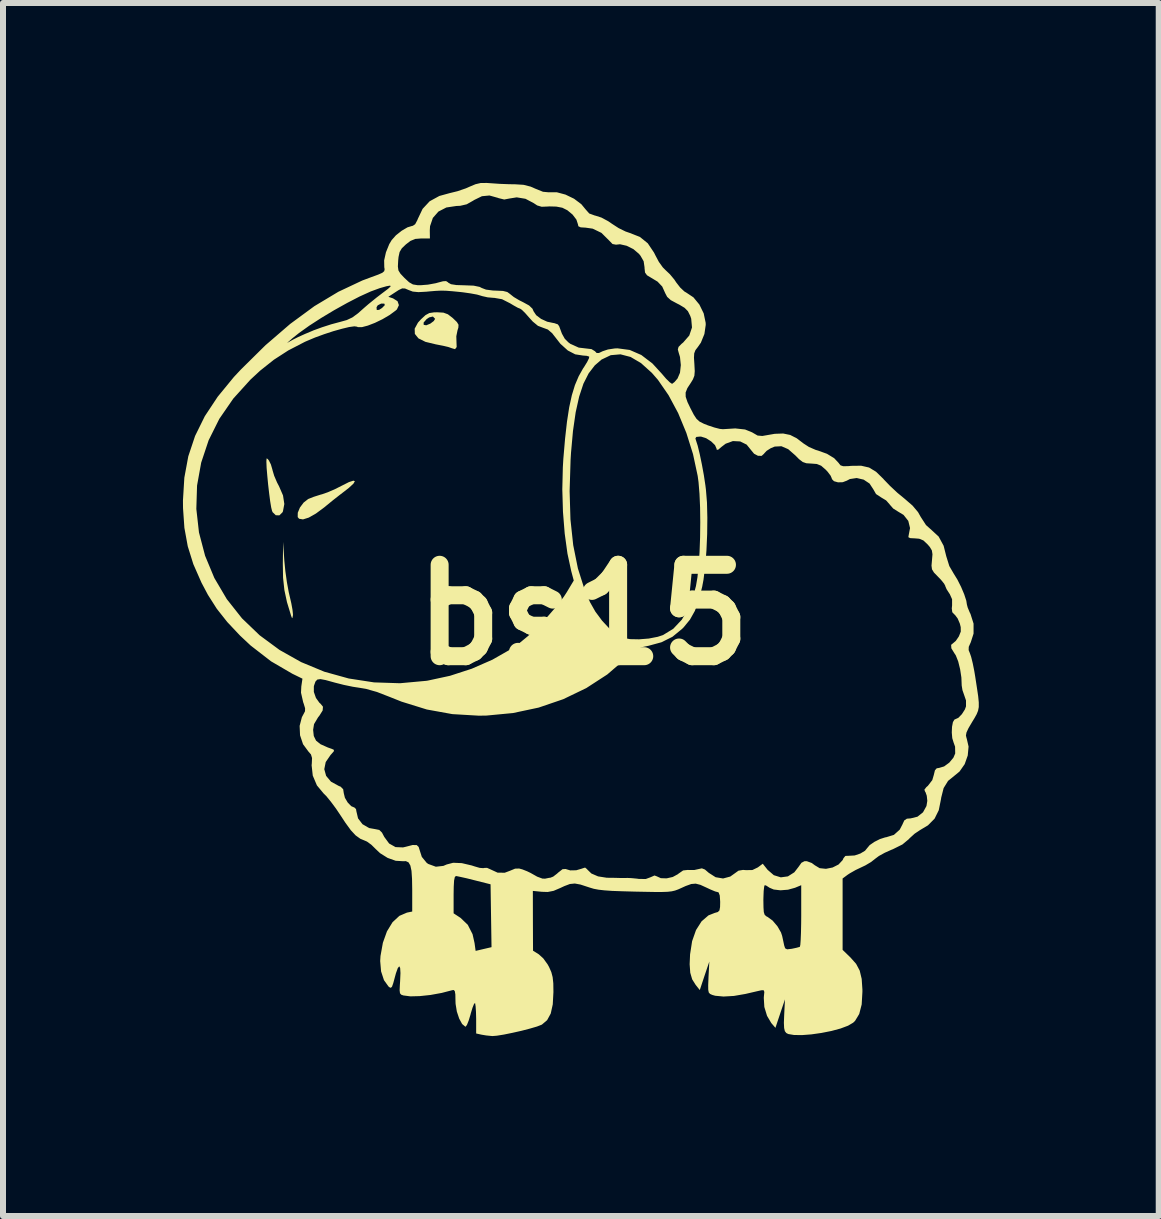
<source format=kicad_pcb>
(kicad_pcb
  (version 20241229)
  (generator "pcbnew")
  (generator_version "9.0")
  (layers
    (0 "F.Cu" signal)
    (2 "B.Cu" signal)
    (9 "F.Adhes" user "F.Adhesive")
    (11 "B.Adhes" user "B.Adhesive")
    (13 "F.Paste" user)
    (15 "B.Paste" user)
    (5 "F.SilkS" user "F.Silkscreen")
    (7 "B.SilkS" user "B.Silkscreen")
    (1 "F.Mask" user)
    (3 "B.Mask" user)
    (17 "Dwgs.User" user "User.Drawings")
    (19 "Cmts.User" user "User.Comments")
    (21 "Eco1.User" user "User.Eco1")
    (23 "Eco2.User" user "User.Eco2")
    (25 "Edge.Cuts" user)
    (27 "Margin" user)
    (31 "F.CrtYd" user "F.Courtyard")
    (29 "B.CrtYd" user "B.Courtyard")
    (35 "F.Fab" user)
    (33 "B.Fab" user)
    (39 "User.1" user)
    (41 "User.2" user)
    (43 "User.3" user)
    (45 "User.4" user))
  (footprint "bs15"
    (layer "F.Cu")
    (at 6.674 7.2)
    (property "Reference" "bs15" (at 0 0 0) (layer "F.SilkS") (effects (font (size 1.524 1.524) (thickness 0.3))))
    (attr board_only exclude_from_pos_files exclude_from_bom)
    (fp_poly (pts (xy -4.984 -0.901) (xy -4.967 -0.73) (xy -4.941 -0.544) (xy -4.91 -0.375) (xy -4.897 -0.32) (xy -4.868 -0.194) (xy -4.848 -0.085) (xy -4.84 -0.008) (xy -4.841 0.01) (xy -4.85 0.056) (xy -4.861 0.043) (xy -4.871 0.015) (xy -4.94 -0.212) (xy -4.983 -0.413) (xy -5.005 -0.616) (xy -5.009 -0.846) (xy -5.009 -0.855) (xy -5.004 -1.216)) (stroke (width 0) (type solid)) (fill yes) (layer "F.SilkS"))
    (fp_poly (pts (xy -5.261 -2.598) (xy -5.241 -2.573) (xy -5.208 -2.507) (xy -5.182 -2.418) (xy -5.18 -2.408) (xy -5.153 -2.318) (xy -5.106 -2.208) (xy -5.072 -2.143) (xy -5.006 -1.991) (xy -4.984 -1.848) (xy -5.007 -1.726) (xy -5.015 -1.709) (xy -5.066 -1.659) (xy -5.126 -1.66) (xy -5.179 -1.711) (xy -5.189 -1.734) (xy -5.203 -1.791) (xy -5.22 -1.894) (xy -5.237 -2.025) (xy -5.254 -2.172) (xy -5.268 -2.318) (xy -5.279 -2.448) (xy -5.283 -2.548) (xy -5.283 -2.567) (xy -5.279 -2.609)) (stroke (width 0) (type solid)) (fill yes) (layer "F.SilkS"))
    (fp_poly (pts (xy -3.808 -2.228) (xy -3.832 -2.187) (xy -3.908 -2.117) (xy -3.978 -2.062) (xy -4.063 -1.997) (xy -4.174 -1.91) (xy -4.289 -1.816) (xy -4.318 -1.792) (xy -4.457 -1.689) (xy -4.577 -1.621) (xy -4.673 -1.591) (xy -4.738 -1.602) (xy -4.761 -1.63) (xy -4.76 -1.702) (xy -4.724 -1.789) (xy -4.663 -1.871) (xy -4.589 -1.929) (xy -4.584 -1.932) (xy -4.493 -1.968) (xy -4.383 -2.003) (xy -4.353 -2.011) (xy -4.256 -2.045) (xy -4.135 -2.098) (xy -4.028 -2.152) (xy -3.907 -2.213) (xy -3.833 -2.237)) (stroke (width 0) (type solid)) (fill yes) (layer "F.SilkS"))
    (fp_poly (pts (xy -2.332 -5.038) (xy -2.258 -5.011) (xy -2.182 -4.953) (xy -2.172 -4.944) (xy -2.107 -4.881) (xy -2.08 -4.836) (xy -2.083 -4.787) (xy -2.097 -4.743) (xy -2.117 -4.644) (xy -2.114 -4.547) (xy -2.111 -4.464) (xy -2.138 -4.429) (xy -2.193 -4.445) (xy -2.193 -4.445) (xy -2.243 -4.463) (xy -2.334 -4.485) (xy -2.446 -4.507) (xy -2.457 -4.509) (xy -2.631 -4.551) (xy -2.748 -4.609) (xy -2.808 -4.683) (xy -2.811 -4.771) (xy -2.756 -4.872) (xy -2.755 -4.873) (xy -2.662 -4.873) (xy -2.661 -4.835) (xy -2.618 -4.827) (xy -2.55 -4.855) (xy -2.493 -4.898) (xy -2.471 -4.933) (xy -2.471 -4.936) (xy -2.507 -4.973) (xy -2.569 -4.959) (xy -2.612 -4.93) (xy -2.662 -4.873) (xy -2.755 -4.873) (xy -2.706 -4.927) (xy -2.63 -4.997) (xy -2.567 -5.031) (xy -2.488 -5.043) (xy -2.435 -5.044)) (stroke (width 0) (type solid)) (fill yes) (layer "F.SilkS"))
    (fp_poly (pts (xy -1.536 -7.195) (xy -1.391 -7.185) (xy -1.232 -7.179) (xy -1.141 -7.178) (xy -0.997 -7.169) (xy -0.878 -7.139) (xy -0.798 -7.104) (xy -0.672 -7.053) (xy -0.576 -7.044) (xy -0.571 -7.045) (xy -0.442 -7.045) (xy -0.297 -7.006) (xy -0.154 -6.937) (xy -0.033 -6.846) (xy 0.038 -6.76) (xy 0.099 -6.691) (xy 0.192 -6.657) (xy 0.206 -6.654) (xy 0.302 -6.623) (xy 0.416 -6.562) (xy 0.48 -6.518) (xy 0.588 -6.448) (xy 0.704 -6.391) (xy 0.776 -6.366) (xy 0.944 -6.3) (xy 1.075 -6.194) (xy 1.179 -6.039) (xy 1.202 -5.993) (xy 1.26 -5.884) (xy 1.326 -5.792) (xy 1.374 -5.744) (xy 1.443 -5.679) (xy 1.518 -5.589) (xy 1.549 -5.542) (xy 1.615 -5.457) (xy 1.685 -5.391) (xy 1.719 -5.371) (xy 1.836 -5.293) (xy 1.935 -5.173) (xy 2.007 -5.026) (xy 2.04 -4.869) (xy 2.041 -4.834) (xy 2.019 -4.682) (xy 1.96 -4.537) (xy 1.909 -4.464) (xy 1.869 -4.412) (xy 1.849 -4.359) (xy 1.845 -4.286) (xy 1.852 -4.178) (xy 1.858 -4.064) (xy 1.852 -3.987) (xy 1.828 -3.926) (xy 1.796 -3.873) (xy 1.735 -3.78) (xy 1.706 -3.707) (xy 1.707 -3.635) (xy 1.737 -3.547) (xy 1.787 -3.443) (xy 1.843 -3.335) (xy 1.888 -3.267) (xy 1.938 -3.222) (xy 2.009 -3.186) (xy 2.08 -3.158) (xy 2.186 -3.123) (xy 2.276 -3.1) (xy 2.327 -3.095) (xy 2.533 -3.108) (xy 2.697 -3.09) (xy 2.815 -3.042) (xy 2.823 -3.037) (xy 2.906 -2.989) (xy 2.985 -2.982) (xy 3.013 -2.987) (xy 3.192 -3.018) (xy 3.332 -3.023) (xy 3.449 -2.999) (xy 3.559 -2.943) (xy 3.67 -2.858) (xy 3.761 -2.799) (xy 3.874 -2.75) (xy 3.915 -2.738) (xy 4.062 -2.685) (xy 4.182 -2.612) (xy 4.259 -2.53) (xy 4.263 -2.523) (xy 4.289 -2.492) (xy 4.333 -2.478) (xy 4.413 -2.479) (xy 4.469 -2.484) (xy 4.632 -2.486) (xy 4.764 -2.456) (xy 4.881 -2.385) (xy 5.002 -2.267) (xy 5.01 -2.257) (xy 5.113 -2.15) (xy 5.237 -2.034) (xy 5.355 -1.937) (xy 5.488 -1.822) (xy 5.58 -1.713) (xy 5.625 -1.633) (xy 5.713 -1.497) (xy 5.808 -1.412) (xy 5.924 -1.305) (xy 6.007 -1.152) (xy 6.051 -0.977) (xy 6.102 -0.813) (xy 6.176 -0.686) (xy 6.237 -0.587) (xy 6.298 -0.466) (xy 6.35 -0.343) (xy 6.385 -0.236) (xy 6.395 -0.172) (xy 6.408 -0.123) (xy 6.44 -0.045) (xy 6.455 -0.015) (xy 6.506 0.146) (xy 6.506 0.313) (xy 6.46 0.456) (xy 6.426 0.533) (xy 6.424 0.588) (xy 6.445 0.64) (xy 6.466 0.701) (xy 6.492 0.806) (xy 6.518 0.936) (xy 6.533 1.026) (xy 6.562 1.215) (xy 6.583 1.356) (xy 6.593 1.46) (xy 6.593 1.537) (xy 6.581 1.599) (xy 6.558 1.656) (xy 6.522 1.721) (xy 6.484 1.783) (xy 6.421 1.89) (xy 6.388 1.961) (xy 6.379 2.012) (xy 6.389 2.055) (xy 6.392 2.062) (xy 6.423 2.196) (xy 6.409 2.345) (xy 6.358 2.489) (xy 6.273 2.611) (xy 6.198 2.673) (xy 6.081 2.768) (xy 6.007 2.888) (xy 5.967 3.046) (xy 5.963 3.073) (xy 5.926 3.257) (xy 5.856 3.398) (xy 5.746 3.509) (xy 5.614 3.588) (xy 5.524 3.648) (xy 5.438 3.726) (xy 5.427 3.739) (xy 5.32 3.828) (xy 5.159 3.908) (xy 5.138 3.916) (xy 5.026 3.966) (xy 4.928 4.02) (xy 4.865 4.067) (xy 4.865 4.067) (xy 4.798 4.12) (xy 4.702 4.177) (xy 4.645 4.204) (xy 4.54 4.254) (xy 4.445 4.308) (xy 4.408 4.332) (xy 4.323 4.395) (xy 4.323 5.585) (xy 4.455 5.713) (xy 4.548 5.818) (xy 4.608 5.931) (xy 4.641 6.069) (xy 4.653 6.247) (xy 4.653 6.286) (xy 4.641 6.495) (xy 4.6 6.654) (xy 4.531 6.768) (xy 4.499 6.799) (xy 4.414 6.849) (xy 4.289 6.896) (xy 4.137 6.937) (xy 3.97 6.97) (xy 3.802 6.994) (xy 3.645 7.006) (xy 3.512 7.004) (xy 3.417 6.988) (xy 3.384 6.971) (xy 3.36 6.94) (xy 3.348 6.888) (xy 3.344 6.801) (xy 3.349 6.67) (xy 3.362 6.41) (xy 3.282 6.648) (xy 3.203 6.885) (xy 3.134 6.805) (xy 3.063 6.685) (xy 3.018 6.537) (xy 3.009 6.386) (xy 3.011 6.358) (xy 3.018 6.286) (xy 3.006 6.257) (xy 2.968 6.259) (xy 2.962 6.26) (xy 2.9 6.274) (xy 2.801 6.297) (xy 2.702 6.32) (xy 2.511 6.353) (xy 2.338 6.363) (xy 2.199 6.35) (xy 2.15 6.336) (xy 2.114 6.32) (xy 2.092 6.296) (xy 2.083 6.252) (xy 2.082 6.175) (xy 2.087 6.051) (xy 2.087 6.044) (xy 2.101 5.78) (xy 2.021 6.017) (xy 1.942 6.255) (xy 1.872 6.167) (xy 1.815 6.076) (xy 1.783 5.966) (xy 1.773 5.824) (xy 1.78 5.66) (xy 1.814 5.44) (xy 1.879 5.255) (xy 1.972 5.109) (xy 2.087 5.01) (xy 2.191 4.969) (xy 2.243 4.954) (xy 2.27 4.927) (xy 2.28 4.871) (xy 2.282 4.786) (xy 2.28 4.754) (xy 3.002 4.754) (xy 3.004 4.877) (xy 3.009 4.954) (xy 3.023 4.999) (xy 3.049 5.024) (xy 3.074 5.037) (xy 3.156 5.097) (xy 3.236 5.191) (xy 3.296 5.295) (xy 3.315 5.352) (xy 3.335 5.445) (xy 3.349 5.511) (xy 3.365 5.559) (xy 3.398 5.576) (xy 3.469 5.568) (xy 3.476 5.567) (xy 3.555 5.55) (xy 3.606 5.536) (xy 3.61 5.534) (xy 3.618 5.501) (xy 3.624 5.418) (xy 3.629 5.296) (xy 3.632 5.143) (xy 3.633 5.014) (xy 3.633 4.507) (xy 3.529 4.55) (xy 3.413 4.582) (xy 3.287 4.592) (xy 3.175 4.579) (xy 3.106 4.55) (xy 3.052 4.515) (xy 3.025 4.505) (xy 3.015 4.532) (xy 3.007 4.605) (xy 3.003 4.711) (xy 3.002 4.754) (xy 2.28 4.754) (xy 2.275 4.679) (xy 2.256 4.628) (xy 2.244 4.623) (xy 2.198 4.611) (xy 2.119 4.578) (xy 2.057 4.549) (xy 1.952 4.501) (xy 1.874 4.481) (xy 1.8 4.487) (xy 1.706 4.521) (xy 1.64 4.551) (xy 1.582 4.577) (xy 1.53 4.596) (xy 1.474 4.609) (xy 1.405 4.617) (xy 1.312 4.62) (xy 1.186 4.62) (xy 1.018 4.617) (xy 0.863 4.614) (xy 0.647 4.608) (xy 0.48 4.602) (xy 0.353 4.593) (xy 0.255 4.582) (xy 0.175 4.567) (xy 0.105 4.546) (xy 0.078 4.537) (xy -0.048 4.496) (xy -0.141 4.479) (xy -0.223 4.487) (xy -0.316 4.522) (xy -0.38 4.552) (xy -0.495 4.601) (xy -0.593 4.62) (xy -0.691 4.617) (xy -0.841 4.602) (xy -0.84 5.101) (xy -0.838 5.599) (xy -0.742 5.659) (xy -0.668 5.726) (xy -0.596 5.825) (xy -0.571 5.87) (xy -0.533 5.956) (xy -0.511 6.04) (xy -0.5 6.142) (xy -0.498 6.283) (xy -0.498 6.29) (xy -0.509 6.494) (xy -0.543 6.647) (xy -0.603 6.757) (xy -0.689 6.83) (xy -0.697 6.834) (xy -0.772 6.863) (xy -0.888 6.897) (xy -1.03 6.934) (xy -1.181 6.968) (xy -1.323 6.997) (xy -1.441 7.016) (xy -1.516 7.022) (xy -1.617 7.012) (xy -1.696 6.999) (xy -1.786 6.979) (xy -1.786 6.735) (xy -1.789 6.619) (xy -1.795 6.528) (xy -1.803 6.476) (xy -1.806 6.471) (xy -1.822 6.488) (xy -1.847 6.55) (xy -1.876 6.646) (xy -1.88 6.663) (xy -1.911 6.765) (xy -1.94 6.837) (xy -1.963 6.866) (xy -1.966 6.866) (xy -2.02 6.821) (xy -2.069 6.731) (xy -2.108 6.614) (xy -2.129 6.485) (xy -2.131 6.431) (xy -2.133 6.328) (xy -2.142 6.273) (xy -2.16 6.254) (xy -2.184 6.257) (xy -2.361 6.303) (xy -2.548 6.337) (xy -2.727 6.356) (xy -2.883 6.36) (xy -2.998 6.345) (xy -2.999 6.345) (xy -3.036 6.332) (xy -3.056 6.308) (xy -3.062 6.258) (xy -3.058 6.17) (xy -3.054 6.11) (xy -3.048 5.972) (xy -3.053 5.888) (xy -3.068 5.859) (xy -3.092 5.888) (xy -3.123 5.974) (xy -3.139 6.032) (xy -3.168 6.14) (xy -3.189 6.199) (xy -3.209 6.218) (xy -3.234 6.207) (xy -3.247 6.196) (xy -3.323 6.09) (xy -3.371 5.944) (xy -3.386 5.771) (xy -3.381 5.688) (xy -3.341 5.466) (xy -3.273 5.276) (xy -3.18 5.124) (xy -3.066 5.018) (xy -2.968 4.976) (xy -2.162 4.976) (xy -2.046 5.052) (xy -1.926 5.167) (xy -1.846 5.324) (xy -1.813 5.471) (xy -1.795 5.602) (xy -1.53 5.54) (xy -1.538 5.016) (xy -1.546 4.492) (xy -1.816 4.424) (xy -1.939 4.393) (xy -2.042 4.37) (xy -2.109 4.356) (xy -2.124 4.354) (xy -2.142 4.372) (xy -2.154 4.429) (xy -2.16 4.534) (xy -2.162 4.665) (xy -2.162 4.976) (xy -2.968 4.976) (xy -2.94 4.964) (xy -2.852 4.946) (xy -2.852 4.591) (xy -2.855 4.403) (xy -2.864 4.268) (xy -2.883 4.179) (xy -2.913 4.127) (xy -2.957 4.106) (xy -3.006 4.107) (xy -3.127 4.1) (xy -3.262 4.052) (xy -3.388 3.973) (xy -3.46 3.905) (xy -3.533 3.833) (xy -3.606 3.78) (xy -3.633 3.768) (xy -3.717 3.733) (xy -3.795 3.677) (xy -3.875 3.591) (xy -3.966 3.466) (xy -4.037 3.358) (xy -4.122 3.231) (xy -4.209 3.114) (xy -4.286 3.02) (xy -4.327 2.98) (xy -4.441 2.843) (xy -4.51 2.68) (xy -4.529 2.507) (xy -4.526 2.479) (xy -4.522 2.387) (xy -4.54 2.327) (xy -4.582 2.279) (xy -4.672 2.157) (xy -4.722 2.008) (xy -4.726 1.917) (xy -4.504 1.917) (xy -4.493 2.02) (xy -4.455 2.097) (xy -4.38 2.157) (xy -4.259 2.211) (xy -4.191 2.235) (xy -4.157 2.251) (xy -4.159 2.275) (xy -4.201 2.323) (xy -4.213 2.336) (xy -4.294 2.454) (xy -4.318 2.573) (xy -4.287 2.685) (xy -4.206 2.781) (xy -4.075 2.853) (xy -4.046 2.864) (xy -4.003 2.907) (xy -3.993 2.973) (xy -3.974 3.05) (xy -3.927 3.129) (xy -3.868 3.19) (xy -3.814 3.213) (xy -3.789 3.238) (xy -3.783 3.274) (xy -3.755 3.393) (xy -3.681 3.49) (xy -3.571 3.554) (xy -3.459 3.574) (xy -3.401 3.586) (xy -3.356 3.63) (xy -3.318 3.702) (xy -3.237 3.812) (xy -3.13 3.872) (xy -3.005 3.877) (xy -2.958 3.866) (xy -2.846 3.837) (xy -2.777 3.838) (xy -2.744 3.87) (xy -2.739 3.888) (xy -2.692 4.035) (xy -2.61 4.135) (xy -2.584 4.153) (xy -2.458 4.199) (xy -2.333 4.185) (xy -2.276 4.161) (xy -2.169 4.133) (xy -2.026 4.139) (xy -1.86 4.178) (xy -1.811 4.194) (xy -1.728 4.218) (xy -1.666 4.223) (xy -1.652 4.219) (xy -1.604 4.218) (xy -1.552 4.241) (xy -1.428 4.298) (xy -1.309 4.299) (xy -1.221 4.266) (xy -1.137 4.231) (xy -1.069 4.229) (xy -1.014 4.244) (xy -0.936 4.275) (xy -0.88 4.302) (xy -0.878 4.303) (xy -0.768 4.365) (xy -0.681 4.397) (xy -0.636 4.398) (xy -0.568 4.384) (xy -0.551 4.383) (xy -0.502 4.364) (xy -0.437 4.314) (xy -0.42 4.298) (xy -0.346 4.24) (xy -0.295 4.237) (xy -0.295 4.237) (xy -0.218 4.26) (xy -0.118 4.258) (xy -0.028 4.232) (xy -0.024 4.23) (xy 0.03 4.213) (xy 0.063 4.24) (xy 0.066 4.245) (xy 0.135 4.312) (xy 0.246 4.36) (xy 0.386 4.382) (xy 0.408 4.383) (xy 0.508 4.384) (xy 0.591 4.386) (xy 0.615 4.387) (xy 0.7 4.387) (xy 0.736 4.386) (xy 0.803 4.389) (xy 0.897 4.398) (xy 0.924 4.402) (xy 1.041 4.404) (xy 1.122 4.374) (xy 1.187 4.345) (xy 1.225 4.359) (xy 1.293 4.39) (xy 1.389 4.393) (xy 1.491 4.37) (xy 1.576 4.324) (xy 1.585 4.316) (xy 1.664 4.261) (xy 1.746 4.252) (xy 1.756 4.254) (xy 1.849 4.254) (xy 1.922 4.238) (xy 1.977 4.226) (xy 2.028 4.246) (xy 2.092 4.301) (xy 2.206 4.374) (xy 2.33 4.395) (xy 2.45 4.363) (xy 2.516 4.316) (xy 2.587 4.265) (xy 2.664 4.252) (xy 2.712 4.256) (xy 2.819 4.254) (xy 2.908 4.211) (xy 2.91 4.21) (xy 2.992 4.149) (xy 3.072 4.25) (xy 3.176 4.34) (xy 3.293 4.376) (xy 3.411 4.36) (xy 3.518 4.292) (xy 3.587 4.203) (xy 3.637 4.133) (xy 3.687 4.107) (xy 3.727 4.107) (xy 3.809 4.137) (xy 3.86 4.175) (xy 3.94 4.223) (xy 4.045 4.234) (xy 4.156 4.212) (xy 4.255 4.162) (xy 4.324 4.088) (xy 4.337 4.058) (xy 4.369 4.019) (xy 4.437 4.016) (xy 4.44 4.016) (xy 4.525 4.011) (xy 4.619 3.979) (xy 4.697 3.932) (xy 4.733 3.888) (xy 4.774 3.839) (xy 4.852 3.785) (xy 4.945 3.738) (xy 5.032 3.71) (xy 5.051 3.707) (xy 5.178 3.668) (xy 5.275 3.581) (xy 5.318 3.499) (xy 5.351 3.427) (xy 5.395 3.398) (xy 5.458 3.393) (xy 5.571 3.365) (xy 5.663 3.292) (xy 5.721 3.187) (xy 5.735 3.101) (xy 5.726 3.016) (xy 5.705 2.956) (xy 5.699 2.949) (xy 5.686 2.915) (xy 5.719 2.872) (xy 5.744 2.851) (xy 5.818 2.755) (xy 5.843 2.67) (xy 5.862 2.592) (xy 5.892 2.558) (xy 5.931 2.552) (xy 6.015 2.527) (xy 6.101 2.464) (xy 6.17 2.381) (xy 6.2 2.311) (xy 6.198 2.197) (xy 6.174 2.131) (xy 6.151 2.056) (xy 6.143 1.962) (xy 6.147 1.866) (xy 6.162 1.788) (xy 6.188 1.745) (xy 6.199 1.741) (xy 6.252 1.717) (xy 6.311 1.656) (xy 6.361 1.578) (xy 6.38 1.526) (xy 6.38 1.427) (xy 6.352 1.345) (xy 6.321 1.256) (xy 6.308 1.176) (xy 6.308 1.17) (xy 6.303 1.045) (xy 6.282 0.907) (xy 6.25 0.777) (xy 6.21 0.676) (xy 6.19 0.646) (xy 6.136 0.558) (xy 6.132 0.5) (xy 6.168 0.47) (xy 6.21 0.434) (xy 6.256 0.367) (xy 6.262 0.357) (xy 6.293 0.279) (xy 6.292 0.205) (xy 6.277 0.145) (xy 6.241 0.061) (xy 6.197 0.002) (xy 6.187 -0.006) (xy 6.151 -0.044) (xy 6.143 -0.108) (xy 6.148 -0.157) (xy 6.148 -0.26) (xy 6.11 -0.345) (xy 6.099 -0.361) (xy 6.056 -0.428) (xy 6.035 -0.477) (xy 6.035 -0.482) (xy 6.015 -0.52) (xy 5.964 -0.583) (xy 5.915 -0.634) (xy 5.846 -0.705) (xy 5.813 -0.759) (xy 5.805 -0.82) (xy 5.813 -0.912) (xy 5.821 -1.01) (xy 5.811 -1.074) (xy 5.777 -1.131) (xy 5.741 -1.173) (xy 5.67 -1.24) (xy 5.6 -1.269) (xy 5.527 -1.275) (xy 5.449 -1.279) (xy 5.419 -1.295) (xy 5.423 -1.32) (xy 5.447 -1.447) (xy 5.418 -1.566) (xy 5.339 -1.666) (xy 5.248 -1.721) (xy 5.167 -1.772) (xy 5.108 -1.839) (xy 5.107 -1.842) (xy 5.048 -1.908) (xy 4.968 -1.956) (xy 4.88 -2.014) (xy 4.836 -2.091) (xy 4.772 -2.189) (xy 4.674 -2.254) (xy 4.558 -2.281) (xy 4.444 -2.264) (xy 4.393 -2.237) (xy 4.325 -2.211) (xy 4.246 -2.209) (xy 4.179 -2.228) (xy 4.144 -2.264) (xy 4.143 -2.274) (xy 4.123 -2.32) (xy 4.073 -2.386) (xy 4.041 -2.42) (xy 3.965 -2.486) (xy 3.893 -2.515) (xy 3.801 -2.522) (xy 3.719 -2.527) (xy 3.658 -2.548) (xy 3.596 -2.596) (xy 3.536 -2.657) (xy 3.416 -2.762) (xy 3.303 -2.811) (xy 3.19 -2.805) (xy 3.125 -2.778) (xy 3.056 -2.734) (xy 3.015 -2.69) (xy 3.013 -2.686) (xy 2.973 -2.65) (xy 2.911 -2.652) (xy 2.847 -2.686) (xy 2.804 -2.738) (xy 2.723 -2.838) (xy 2.615 -2.891) (xy 2.494 -2.897) (xy 2.373 -2.853) (xy 2.305 -2.801) (xy 2.25 -2.754) (xy 2.225 -2.751) (xy 2.222 -2.769) (xy 2.196 -2.829) (xy 2.132 -2.891) (xy 2.049 -2.944) (xy 1.965 -2.971) (xy 1.946 -2.972) (xy 1.884 -2.966) (xy 1.869 -2.942) (xy 1.875 -2.92) (xy 1.907 -2.82) (xy 1.942 -2.676) (xy 1.977 -2.507) (xy 2.01 -2.327) (xy 2.036 -2.155) (xy 2.044 -2.091) (xy 2.062 -1.873) (xy 2.068 -1.618) (xy 2.065 -1.346) (xy 2.053 -1.072) (xy 2.032 -0.813) (xy 2.004 -0.586) (xy 1.982 -0.469) (xy 1.926 -0.245) (xy 1.86 -0.066) (xy 1.778 0.08) (xy 1.673 0.208) (xy 1.648 0.233) (xy 1.486 0.366) (xy 1.303 0.457) (xy 1.083 0.517) (xy 1.076 0.518) (xy 0.975 0.54) (xy 0.9 0.569) (xy 0.829 0.616) (xy 0.745 0.693) (xy 0.71 0.727) (xy 0.4 0.994) (xy 0.05 1.221) (xy -0.334 1.406) (xy -0.744 1.546) (xy -1.172 1.637) (xy -1.613 1.679) (xy -1.741 1.681) (xy -2.183 1.655) (xy -2.608 1.578) (xy -3.03 1.447) (xy -3.228 1.368) (xy -3.439 1.286) (xy -3.623 1.234) (xy -3.718 1.218) (xy -3.841 1.199) (xy -3.991 1.168) (xy -4.141 1.13) (xy -4.166 1.123) (xy -4.297 1.087) (xy -4.382 1.071) (xy -4.434 1.079) (xy -4.465 1.112) (xy -4.487 1.174) (xy -4.492 1.194) (xy -4.492 1.285) (xy -4.457 1.385) (xy -4.399 1.466) (xy -4.381 1.481) (xy -4.34 1.531) (xy -4.345 1.594) (xy -4.398 1.679) (xy -4.422 1.709) (xy -4.489 1.822) (xy -4.504 1.917) (xy -4.726 1.917) (xy -4.729 1.851) (xy -4.691 1.705) (xy -4.665 1.657) (xy -4.639 1.607) (xy -4.638 1.557) (xy -4.661 1.481) (xy -4.67 1.456) (xy -4.706 1.297) (xy -4.701 1.194) (xy -4.682 1.064) (xy -4.85 0.982) (xy -5.205 0.775) (xy -5.546 0.511) (xy -5.722 0.346) (xy -5.935 0.12) (xy -6.109 -0.1) (xy -6.258 -0.334) (xy -6.365 -0.536) (xy -6.501 -0.845) (xy -6.594 -1.143) (xy -6.65 -1.45) (xy -6.672 -1.766) (xy -6.451 -1.766) (xy -6.407 -1.374) (xy -6.305 -0.985) (xy -6.151 -0.615) (xy -5.943 -0.262) (xy -5.69 0.058) (xy -5.395 0.341) (xy -5.064 0.585) (xy -4.703 0.788) (xy -4.317 0.948) (xy -3.91 1.061) (xy -3.488 1.126) (xy -3.056 1.14) (xy -2.619 1.1) (xy -2.592 1.096) (xy -2.222 1.016) (xy -1.859 0.898) (xy -1.516 0.748) (xy -1.209 0.573) (xy -1.077 0.481) (xy -0.92 0.352) (xy -0.754 0.194) (xy -0.59 0.023) (xy -0.441 -0.149) (xy -0.322 -0.306) (xy -0.276 -0.377) (xy -0.159 -0.572) (xy -0.201 -0.729) (xy -0.264 -1.021) (xy -0.31 -1.356) (xy -0.339 -1.718) (xy -0.349 -2.062) (xy -0.228 -2.062) (xy -0.214 -1.59) (xy -0.168 -1.162) (xy -0.09 -0.774) (xy 0.021 -0.423) (xy 0.112 -0.211) (xy 0.201 -0.054) (xy 0.313 0.097) (xy 0.435 0.228) (xy 0.557 0.329) (xy 0.661 0.383) (xy 0.779 0.405) (xy 0.93 0.408) (xy 1.092 0.395) (xy 1.241 0.366) (xy 1.329 0.337) (xy 1.5 0.232) (xy 1.642 0.081) (xy 1.758 -0.119) (xy 1.849 -0.371) (xy 1.878 -0.48) (xy 1.903 -0.626) (xy 1.923 -0.818) (xy 1.938 -1.044) (xy 1.947 -1.29) (xy 1.95 -1.543) (xy 1.947 -1.79) (xy 1.937 -2.018) (xy 1.921 -2.213) (xy 1.907 -2.316) (xy 1.829 -2.68) (xy 1.718 -3.033) (xy 1.581 -3.364) (xy 1.421 -3.662) (xy 1.244 -3.918) (xy 1.143 -4.034) (xy 0.963 -4.196) (xy 0.789 -4.299) (xy 0.62 -4.343) (xy 0.458 -4.329) (xy 0.303 -4.255) (xy 0.191 -4.158) (xy 0.089 -4.025) (xy 0.002 -3.853) (xy -0.069 -3.638) (xy -0.127 -3.377) (xy -0.172 -3.065) (xy -0.205 -2.699) (xy -0.212 -2.582) (xy -0.228 -2.062) (xy -0.349 -2.062) (xy -0.35 -2.091) (xy -0.341 -2.46) (xy -0.333 -2.597) (xy -0.304 -2.935) (xy -0.272 -3.22) (xy -0.235 -3.46) (xy -0.191 -3.661) (xy -0.139 -3.831) (xy -0.077 -3.977) (xy -0.005 -4.106) (xy 0.013 -4.132) (xy 0.064 -4.215) (xy 0.095 -4.278) (xy 0.099 -4.305) (xy 0.058 -4.318) (xy -0.006 -4.323) (xy -0.135 -4.343) (xy -0.258 -4.407) (xy -0.381 -4.518) (xy -0.51 -4.683) (xy -0.517 -4.693) (xy -0.59 -4.756) (xy -0.672 -4.786) (xy -0.756 -4.818) (xy -0.842 -4.889) (xy -0.902 -4.955) (xy -0.97 -5.032) (xy -1.024 -5.085) (xy -1.053 -5.104) (xy -1.091 -5.119) (xy -1.161 -5.158) (xy -1.221 -5.194) (xy -1.355 -5.262) (xy -1.482 -5.284) (xy -1.49 -5.284) (xy -1.594 -5.293) (xy -1.687 -5.314) (xy -1.702 -5.319) (xy -1.771 -5.339) (xy -1.88 -5.359) (xy -2.007 -5.377) (xy -2.042 -5.381) (xy -2.184 -5.395) (xy -2.288 -5.403) (xy -2.372 -5.405) (xy -2.458 -5.401) (xy -2.566 -5.392) (xy -2.617 -5.387) (xy -2.749 -5.38) (xy -2.843 -5.389) (xy -2.912 -5.415) (xy -2.973 -5.441) (xy -3.02 -5.442) (xy -3.077 -5.415) (xy -3.128 -5.382) (xy -3.25 -5.302) (xy -3.172 -5.276) (xy -3.097 -5.229) (xy -3.074 -5.163) (xy -3.107 -5.092) (xy -3.128 -5.073) (xy -3.228 -4.999) (xy -3.347 -4.929) (xy -3.473 -4.868) (xy -3.592 -4.822) (xy -3.691 -4.796) (xy -3.758 -4.796) (xy -3.772 -4.804) (xy -3.816 -4.81) (xy -3.904 -4.798) (xy -4.024 -4.769) (xy -4.167 -4.729) (xy -4.319 -4.679) (xy -4.47 -4.624) (xy -4.608 -4.566) (xy -4.642 -4.551) (xy -4.918 -4.408) (xy -5.158 -4.253) (xy -5.387 -4.071) (xy -5.55 -3.92) (xy -5.835 -3.605) (xy -6.068 -3.267) (xy -6.246 -2.91) (xy -6.37 -2.538) (xy -6.439 -2.155) (xy -6.451 -1.766) (xy -6.672 -1.766) (xy -6.673 -1.785) (xy -6.674 -1.907) (xy -6.651 -2.286) (xy -6.585 -2.643) (xy -6.472 -2.982) (xy -6.31 -3.311) (xy -6.095 -3.636) (xy -5.826 -3.964) (xy -5.709 -4.089) (xy -5.294 -4.499) (xy -5.255 -4.532) (xy -4.939 -4.532) (xy -4.834 -4.591) (xy -4.754 -4.631) (xy -4.641 -4.682) (xy -4.517 -4.734) (xy -4.499 -4.742) (xy -4.356 -4.794) (xy -4.201 -4.844) (xy -4.067 -4.88) (xy -4.066 -4.88) (xy -3.944 -4.914) (xy -3.85 -4.958) (xy -3.757 -5.026) (xy -3.695 -5.081) (xy -3.643 -5.127) (xy -3.447 -5.127) (xy -3.443 -5.082) (xy -3.403 -5.085) (xy -3.355 -5.116) (xy -3.309 -5.163) (xy -3.316 -5.188) (xy -3.37 -5.189) (xy -3.427 -5.16) (xy -3.447 -5.127) (xy -3.643 -5.127) (xy -3.579 -5.182) (xy -3.447 -5.289) (xy -3.349 -5.364) (xy -3.255 -5.435) (xy -3.211 -5.476) (xy -3.22 -5.489) (xy -3.282 -5.478) (xy -3.394 -5.446) (xy -3.544 -5.391) (xy -3.729 -5.307) (xy -3.936 -5.2) (xy -4.153 -5.079) (xy -4.368 -4.95) (xy -4.569 -4.82) (xy -4.741 -4.697) (xy -4.849 -4.611) (xy -4.939 -4.532) (xy -5.255 -4.532) (xy -4.886 -4.85) (xy -4.483 -5.146) (xy -4.083 -5.386) (xy -3.684 -5.574) (xy -3.534 -5.63) (xy -3.419 -5.672) (xy -3.351 -5.702) (xy -3.319 -5.729) (xy -3.312 -5.761) (xy -3.318 -5.796) (xy -3.318 -5.807) (xy -3.091 -5.807) (xy -3.082 -5.742) (xy -3.048 -5.687) (xy -2.98 -5.615) (xy -2.98 -5.615) (xy -2.903 -5.544) (xy -2.84 -5.508) (xy -2.765 -5.496) (xy -2.713 -5.495) (xy -2.588 -5.505) (xy -2.458 -5.529) (xy -2.426 -5.538) (xy -2.339 -5.561) (xy -2.288 -5.564) (xy -2.257 -5.545) (xy -2.25 -5.537) (xy -2.205 -5.512) (xy -2.116 -5.498) (xy -1.984 -5.494) (xy -1.828 -5.488) (xy -1.727 -5.467) (xy -1.695 -5.45) (xy -1.622 -5.422) (xy -1.507 -5.407) (xy -1.453 -5.405) (xy -1.339 -5.4) (xy -1.267 -5.382) (xy -1.219 -5.347) (xy -1.216 -5.344) (xy -1.158 -5.298) (xy -1.069 -5.245) (xy -1.005 -5.213) (xy -0.903 -5.157) (xy -0.847 -5.103) (xy -0.829 -5.061) (xy -0.786 -4.996) (xy -0.704 -4.934) (xy -0.602 -4.887) (xy -0.498 -4.865) (xy -0.487 -4.864) (xy -0.425 -4.843) (xy -0.402 -4.811) (xy -0.356 -4.687) (xy -0.309 -4.603) (xy -0.248 -4.542) (xy -0.214 -4.517) (xy -0.076 -4.455) (xy 0.026 -4.443) (xy 0.137 -4.43) (xy 0.194 -4.395) (xy 0.223 -4.365) (xy 0.26 -4.365) (xy 0.323 -4.395) (xy 0.411 -4.424) (xy 0.523 -4.441) (xy 0.57 -4.443) (xy 0.774 -4.416) (xy 0.967 -4.332) (xy 1.153 -4.19) (xy 1.308 -4.021) (xy 1.38 -3.937) (xy 1.441 -3.877) (xy 1.478 -3.852) (xy 1.482 -3.852) (xy 1.52 -3.881) (xy 1.569 -3.938) (xy 1.571 -3.94) (xy 1.612 -4.036) (xy 1.626 -4.164) (xy 1.612 -4.299) (xy 1.591 -4.368) (xy 1.576 -4.424) (xy 1.588 -4.467) (xy 1.638 -4.518) (xy 1.665 -4.54) (xy 1.767 -4.657) (xy 1.812 -4.791) (xy 1.799 -4.937) (xy 1.783 -4.984) (xy 1.744 -5.062) (xy 1.689 -5.118) (xy 1.601 -5.171) (xy 1.565 -5.189) (xy 1.459 -5.246) (xy 1.398 -5.301) (xy 1.366 -5.362) (xy 1.316 -5.473) (xy 1.238 -5.555) (xy 1.135 -5.617) (xy 1.062 -5.661) (xy 1.029 -5.707) (xy 1.021 -5.78) (xy 1.021 -5.794) (xy 1.006 -5.895) (xy 0.954 -5.986) (xy 0.928 -6.018) (xy 0.835 -6.097) (xy 0.722 -6.153) (xy 0.612 -6.178) (xy 0.545 -6.171) (xy 0.487 -6.182) (xy 0.424 -6.247) (xy 0.302 -6.368) (xy 0.157 -6.438) (xy 0.038 -6.455) (xy -0.044 -6.46) (xy -0.082 -6.478) (xy -0.09 -6.513) (xy -0.115 -6.589) (xy -0.179 -6.673) (xy -0.266 -6.745) (xy -0.35 -6.787) (xy -0.45 -6.806) (xy -0.565 -6.809) (xy -0.595 -6.807) (xy -0.694 -6.803) (xy -0.768 -6.825) (xy -0.829 -6.865) (xy -0.964 -6.936) (xy -1.11 -6.96) (xy -1.229 -6.941) (xy -1.318 -6.924) (xy -1.409 -6.946) (xy -1.425 -6.952) (xy -1.564 -6.991) (xy -1.69 -6.979) (xy -1.821 -6.915) (xy -1.834 -6.906) (xy -1.944 -6.844) (xy -2.052 -6.819) (xy -2.117 -6.816) (xy -2.283 -6.791) (xy -2.415 -6.723) (xy -2.508 -6.617) (xy -2.555 -6.479) (xy -2.559 -6.408) (xy -2.557 -6.275) (xy -2.7 -6.275) (xy -2.801 -6.267) (xy -2.881 -6.234) (xy -2.957 -6.176) (xy -3.025 -6.111) (xy -3.062 -6.049) (xy -3.08 -5.967) (xy -3.086 -5.906) (xy -3.091 -5.807) (xy -3.318 -5.807) (xy -3.32 -5.909) (xy -3.29 -6.044) (xy -3.235 -6.18) (xy -3.195 -6.247) (xy -3.123 -6.328) (xy -3.028 -6.403) (xy -2.931 -6.46) (xy -2.849 -6.485) (xy -2.843 -6.485) (xy -2.803 -6.512) (xy -2.766 -6.581) (xy -2.76 -6.598) (xy -2.679 -6.768) (xy -2.561 -6.895) (xy -2.4 -6.983) (xy -2.233 -7.029) (xy -2.099 -7.062) (xy -1.958 -7.11) (xy -1.897 -7.137) (xy -1.797 -7.179) (xy -1.711 -7.199) (xy -1.611 -7.2)) (stroke (width 0) (type solid)) (fill yes) (layer "F.SilkS")))
  (gr_rect
    (start -3 -3)
    (end 16.267 17.222)
    (stroke (width 0.1) (type default))
    (fill no)
    (layer "Edge.Cuts")))
</source>
